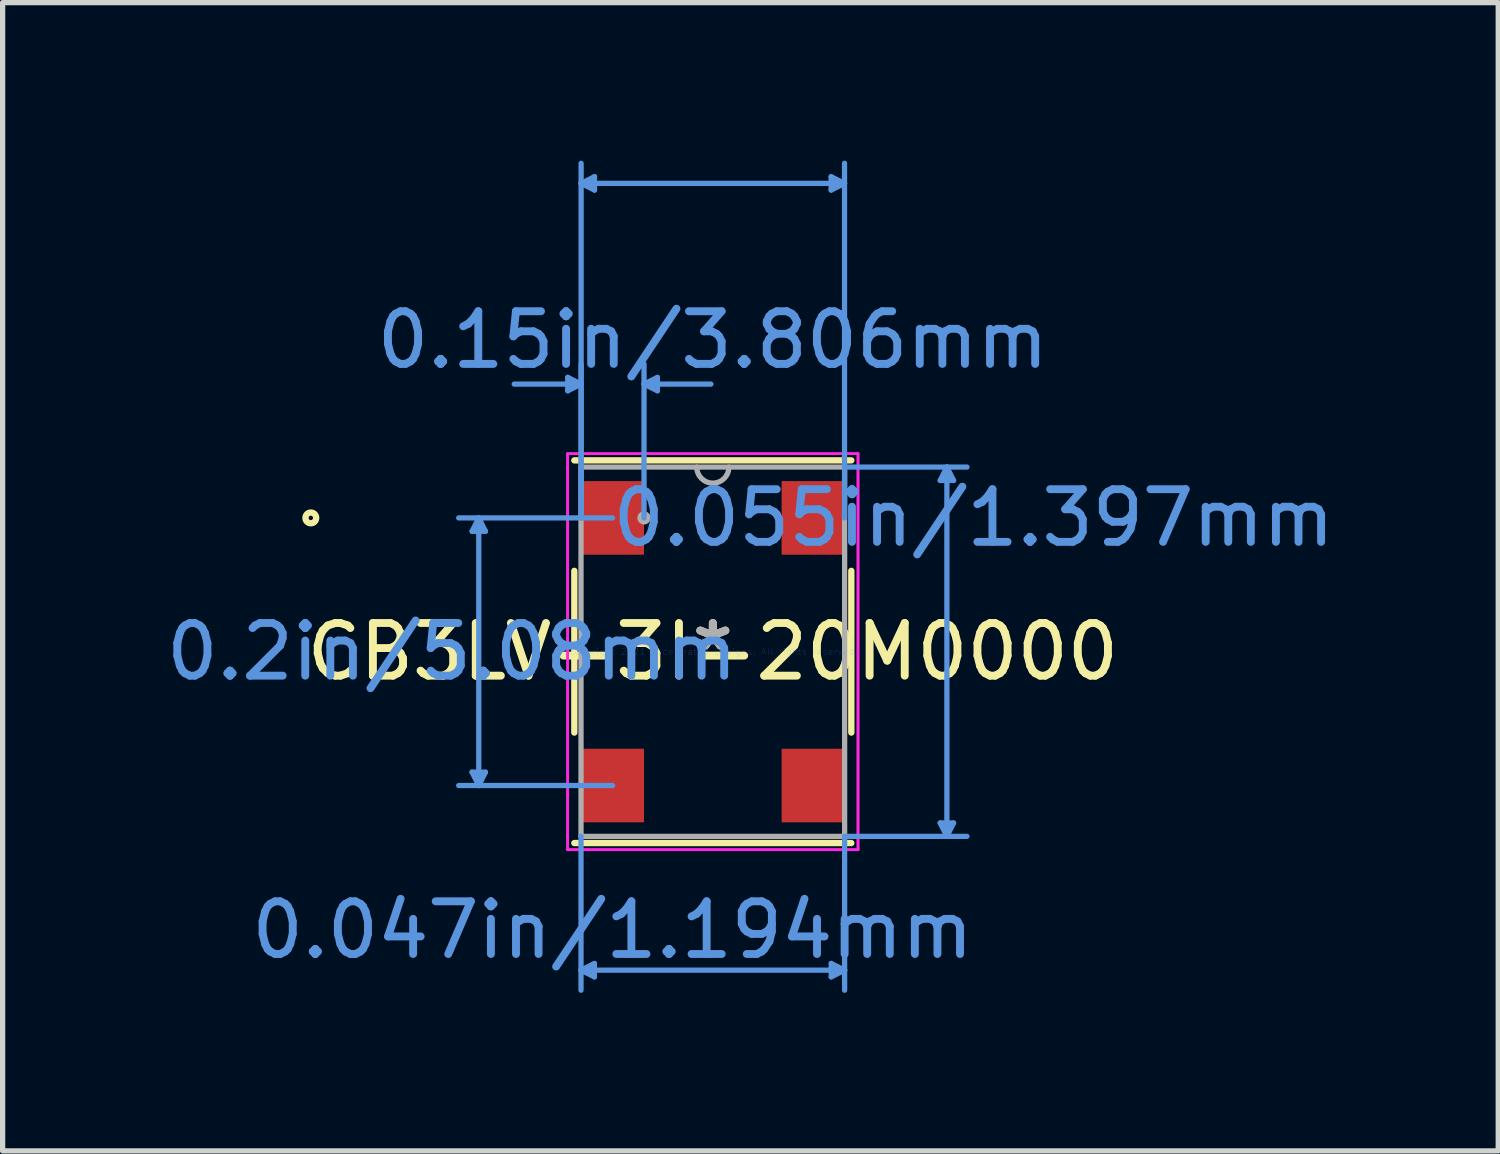
<source format=kicad_pcb>
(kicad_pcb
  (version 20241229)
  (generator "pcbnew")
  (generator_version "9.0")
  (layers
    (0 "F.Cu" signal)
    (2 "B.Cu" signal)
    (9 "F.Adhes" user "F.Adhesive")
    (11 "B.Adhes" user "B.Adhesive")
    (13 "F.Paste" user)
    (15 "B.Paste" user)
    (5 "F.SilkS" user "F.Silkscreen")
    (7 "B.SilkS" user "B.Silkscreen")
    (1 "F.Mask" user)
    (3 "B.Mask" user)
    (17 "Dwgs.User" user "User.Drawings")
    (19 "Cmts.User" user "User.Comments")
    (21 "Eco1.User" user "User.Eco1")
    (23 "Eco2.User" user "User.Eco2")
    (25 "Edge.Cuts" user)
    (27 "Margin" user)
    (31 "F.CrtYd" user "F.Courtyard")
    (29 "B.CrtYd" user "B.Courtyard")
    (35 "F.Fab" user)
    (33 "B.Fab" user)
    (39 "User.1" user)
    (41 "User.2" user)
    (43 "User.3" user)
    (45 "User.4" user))
  (footprint "CB3LV-3I-20M0000"
    (layer "F.Cu")
    (at 10.481 9.321)
    (property "Reference" "CB3LV-3I-20M0000" (at 0 0 0) (layer "F.SilkS") (effects (font (size 1 1) (thickness 0.15))))
    (attr through_hole)
    (fp_line (start -2.629 -1.535) (end -2.629 1.535) (stroke (width 0.12) (type solid)) (layer "F.SilkS"))
    (fp_line (start -2.629 3.632) (end 2.629 3.632) (stroke (width 0.12) (type solid)) (layer "F.SilkS"))
    (fp_line (start 2.629 -3.632) (end -2.629 -3.632) (stroke (width 0.12) (type solid)) (layer "F.SilkS"))
    (fp_line (start 2.629 1.535) (end 2.629 -1.535) (stroke (width 0.12) (type solid)) (layer "F.SilkS"))
    (fp_circle (center -7.631 -2.54) (end -7.529 -2.54) (stroke (width 0.12) (type solid)) (fill no) (layer "F.SilkS"))
    (fp_line (start -4.57 -2.286) (end -4.316 -2.286) (stroke (width 0.1) (type solid)) (layer "Cmts.User"))
    (fp_line (start -4.57 2.286) (end -4.316 2.286) (stroke (width 0.1) (type solid)) (layer "Cmts.User"))
    (fp_line (start -4.443 -2.54) (end -4.57 -2.286) (stroke (width 0.1) (type solid)) (layer "Cmts.User"))
    (fp_line (start -4.443 -2.54) (end -4.443 2.54) (stroke (width 0.1) (type solid)) (layer "Cmts.User"))
    (fp_line (start -4.443 -2.54) (end -4.316 -2.286) (stroke (width 0.1) (type solid)) (layer "Cmts.User"))
    (fp_line (start -4.443 2.54) (end -4.57 2.286) (stroke (width 0.1) (type solid)) (layer "Cmts.User"))
    (fp_line (start -4.443 2.54) (end -4.316 2.286) (stroke (width 0.1) (type solid)) (layer "Cmts.User"))
    (fp_line (start -2.754 -5.207) (end -2.754 -4.953) (stroke (width 0.1) (type solid)) (layer "Cmts.User"))
    (fp_line (start -2.502 3.505) (end -2.502 6.426) (stroke (width 0.1) (type solid)) (layer "Cmts.User"))
    (fp_line (start -2.502 6.045) (end -2.248 5.918) (stroke (width 0.1) (type solid)) (layer "Cmts.User"))
    (fp_line (start -2.502 6.045) (end -2.248 6.172) (stroke (width 0.1) (type solid)) (layer "Cmts.User"))
    (fp_line (start -2.502 6.045) (end 2.502 6.045) (stroke (width 0.1) (type solid)) (layer "Cmts.User"))
    (fp_line (start -2.5 -8.89) (end -2.246 -9.017) (stroke (width 0.1) (type solid)) (layer "Cmts.User"))
    (fp_line (start -2.5 -8.89) (end -2.246 -8.763) (stroke (width 0.1) (type solid)) (layer "Cmts.User"))
    (fp_line (start -2.5 -8.89) (end 2.5 -8.89) (stroke (width 0.1) (type solid)) (layer "Cmts.User"))
    (fp_line (start -2.5 -5.08) (end -3.77 -5.08) (stroke (width 0.1) (type solid)) (layer "Cmts.User"))
    (fp_line (start -2.5 -5.08) (end -2.754 -5.207) (stroke (width 0.1) (type solid)) (layer "Cmts.User"))
    (fp_line (start -2.5 -5.08) (end -2.754 -4.953) (stroke (width 0.1) (type solid)) (layer "Cmts.User"))
    (fp_line (start -2.5 -2.54) (end -2.5 -9.271) (stroke (width 0.1) (type solid)) (layer "Cmts.User"))
    (fp_line (start -2.5 -2.54) (end -2.5 -5.461) (stroke (width 0.1) (type solid)) (layer "Cmts.User"))
    (fp_line (start -2.248 5.918) (end -2.248 6.172) (stroke (width 0.1) (type solid)) (layer "Cmts.User"))
    (fp_line (start -2.246 -9.017) (end -2.246 -8.763) (stroke (width 0.1) (type solid)) (layer "Cmts.User"))
    (fp_line (start -1.903 -2.54) (end -4.824 -2.54) (stroke (width 0.1) (type solid)) (layer "Cmts.User"))
    (fp_line (start -1.903 2.54) (end -4.824 2.54) (stroke (width 0.1) (type solid)) (layer "Cmts.User"))
    (fp_line (start -1.306 -5.08) (end -1.052 -5.207) (stroke (width 0.1) (type solid)) (layer "Cmts.User"))
    (fp_line (start -1.306 -5.08) (end -1.052 -4.953) (stroke (width 0.1) (type solid)) (layer "Cmts.User"))
    (fp_line (start -1.306 -5.08) (end -0.036 -5.08) (stroke (width 0.1) (type solid)) (layer "Cmts.User"))
    (fp_line (start -1.306 -2.54) (end -1.306 -5.461) (stroke (width 0.1) (type solid)) (layer "Cmts.User"))
    (fp_line (start -1.052 -5.207) (end -1.052 -4.953) (stroke (width 0.1) (type solid)) (layer "Cmts.User"))
    (fp_line (start 2.246 -9.017) (end 2.246 -8.763) (stroke (width 0.1) (type solid)) (layer "Cmts.User"))
    (fp_line (start 2.248 5.918) (end 2.248 6.172) (stroke (width 0.1) (type solid)) (layer "Cmts.User"))
    (fp_line (start 2.5 -8.89) (end 2.246 -9.017) (stroke (width 0.1) (type solid)) (layer "Cmts.User"))
    (fp_line (start 2.5 -8.89) (end 2.246 -8.763) (stroke (width 0.1) (type solid)) (layer "Cmts.User"))
    (fp_line (start 2.5 -2.54) (end 2.5 -9.271) (stroke (width 0.1) (type solid)) (layer "Cmts.User"))
    (fp_line (start 2.502 -3.505) (end 4.824 -3.505) (stroke (width 0.1) (type solid)) (layer "Cmts.User"))
    (fp_line (start 2.502 3.505) (end 2.502 6.426) (stroke (width 0.1) (type solid)) (layer "Cmts.User"))
    (fp_line (start 2.502 3.505) (end 4.824 3.505) (stroke (width 0.1) (type solid)) (layer "Cmts.User"))
    (fp_line (start 2.502 6.045) (end 2.248 5.918) (stroke (width 0.1) (type solid)) (layer "Cmts.User"))
    (fp_line (start 2.502 6.045) (end 2.248 6.172) (stroke (width 0.1) (type solid)) (layer "Cmts.User"))
    (fp_line (start 4.316 -3.251) (end 4.57 -3.251) (stroke (width 0.1) (type solid)) (layer "Cmts.User"))
    (fp_line (start 4.316 3.251) (end 4.57 3.251) (stroke (width 0.1) (type solid)) (layer "Cmts.User"))
    (fp_line (start 4.443 -3.505) (end 4.316 -3.251) (stroke (width 0.1) (type solid)) (layer "Cmts.User"))
    (fp_line (start 4.443 -3.505) (end 4.443 3.505) (stroke (width 0.1) (type solid)) (layer "Cmts.User"))
    (fp_line (start 4.443 -3.505) (end 4.57 -3.251) (stroke (width 0.1) (type solid)) (layer "Cmts.User"))
    (fp_line (start 4.443 3.505) (end 4.316 3.251) (stroke (width 0.1) (type solid)) (layer "Cmts.User"))
    (fp_line (start 4.443 3.505) (end 4.57 3.251) (stroke (width 0.1) (type solid)) (layer "Cmts.User"))
    (fp_line (start -2.756 -3.759) (end 2.756 -3.759) (stroke (width 0.05) (type solid)) (layer "F.CrtYd"))
    (fp_line (start -2.756 -3.759) (end 2.756 -3.759) (stroke (width 0.05) (type solid)) (layer "F.CrtYd"))
    (fp_line (start -2.756 -3.493) (end -2.756 -3.759) (stroke (width 0.05) (type solid)) (layer "F.CrtYd"))
    (fp_line (start -2.756 -3.493) (end -2.756 -3.759) (stroke (width 0.05) (type solid)) (layer "F.CrtYd"))
    (fp_line (start -2.756 -3.493) (end -2.756 -3.493) (stroke (width 0.05) (type solid)) (layer "F.CrtYd"))
    (fp_line (start -2.756 -3.493) (end -2.756 -3.493) (stroke (width 0.05) (type solid)) (layer "F.CrtYd"))
    (fp_line (start -2.756 3.493) (end -2.756 -3.493) (stroke (width 0.05) (type solid)) (layer "F.CrtYd"))
    (fp_line (start -2.756 3.493) (end -2.756 -3.493) (stroke (width 0.05) (type solid)) (layer "F.CrtYd"))
    (fp_line (start -2.756 3.493) (end -2.756 3.493) (stroke (width 0.05) (type solid)) (layer "F.CrtYd"))
    (fp_line (start -2.756 3.493) (end -2.756 3.493) (stroke (width 0.05) (type solid)) (layer "F.CrtYd"))
    (fp_line (start -2.756 3.759) (end -2.756 3.493) (stroke (width 0.05) (type solid)) (layer "F.CrtYd"))
    (fp_line (start -2.756 3.759) (end -2.756 3.493) (stroke (width 0.05) (type solid)) (layer "F.CrtYd"))
    (fp_line (start 2.756 -3.759) (end 2.756 -3.493) (stroke (width 0.05) (type solid)) (layer "F.CrtYd"))
    (fp_line (start 2.756 -3.759) (end 2.756 -3.493) (stroke (width 0.05) (type solid)) (layer "F.CrtYd"))
    (fp_line (start 2.756 -3.493) (end 2.756 -3.493) (stroke (width 0.05) (type solid)) (layer "F.CrtYd"))
    (fp_line (start 2.756 -3.493) (end 2.756 -3.493) (stroke (width 0.05) (type solid)) (layer "F.CrtYd"))
    (fp_line (start 2.756 -3.493) (end 2.756 3.493) (stroke (width 0.05) (type solid)) (layer "F.CrtYd"))
    (fp_line (start 2.756 -3.493) (end 2.756 3.493) (stroke (width 0.05) (type solid)) (layer "F.CrtYd"))
    (fp_line (start 2.756 3.493) (end 2.756 3.493) (stroke (width 0.05) (type solid)) (layer "F.CrtYd"))
    (fp_line (start 2.756 3.493) (end 2.756 3.493) (stroke (width 0.05) (type solid)) (layer "F.CrtYd"))
    (fp_line (start 2.756 3.493) (end 2.756 3.759) (stroke (width 0.05) (type solid)) (layer "F.CrtYd"))
    (fp_line (start 2.756 3.493) (end 2.756 3.759) (stroke (width 0.05) (type solid)) (layer "F.CrtYd"))
    (fp_line (start 2.756 3.759) (end -2.756 3.759) (stroke (width 0.05) (type solid)) (layer "F.CrtYd"))
    (fp_line (start 2.756 3.759) (end -2.756 3.759) (stroke (width 0.05) (type solid)) (layer "F.CrtYd"))
    (fp_line (start -2.502 -3.505) (end -2.502 3.505) (stroke (width 0.1) (type solid)) (layer "F.Fab"))
    (fp_line (start -2.502 3.505) (end 2.502 3.505) (stroke (width 0.1) (type solid)) (layer "F.Fab"))
    (fp_line (start 2.502 -3.505) (end -2.502 -3.505) (stroke (width 0.1) (type solid)) (layer "F.Fab"))
    (fp_line (start 2.502 3.505) (end 2.502 -3.505) (stroke (width 0.1) (type solid)) (layer "F.Fab"))
    (fp_arc (start 0.3048 -3.5052) (mid 0 -3.2004) (end -0.3048 -3.5052) (stroke (width 0.1) (type solid)) (layer "F.Fab"))
    (fp_circle (center -1.306 -2.54) (end -1.23 -2.54) (stroke (width 0.1) (type solid)) (fill no) (layer "F.Fab"))
    (fp_text user "*" (at 0 0 0) (layer "F.SilkS") (effects (font (size 1 1) (thickness 0.15))))
    (fp_text user "0.047in/1.194mm" (at -1.903 5.283 0) (layer "Cmts.User") (effects (font (size 1 1) (thickness 0.15))))
    (fp_text user "0.2in/5.08mm" (at -4.951 0 0) (layer "Cmts.User") (effects (font (size 1 1) (thickness 0.15))))
    (fp_text user "0.055in/1.397mm" (at 4.951 -2.54 0) (layer "Cmts.User") (effects (font (size 1 1) (thickness 0.15))))
    (fp_text user "Copyright 2021 Accelerated Designs. All rights reserved." (at 0 0 0) (layer "Cmts.User") (effects (font (size 0.127 0.127) (thickness 0.002))))
    (fp_text user "0.15in/3.806mm" (at 0 -5.918 0) (layer "Cmts.User") (effects (font (size 1 1) (thickness 0.15))))
    (fp_text user "*" (at 0 0 0) (layer "F.Fab") (effects (font (size 1 1) (thickness 0.15))))
    (pad "1" smd rect (at -1.903 -2.54) (size 1.194 1.397) (layers "F.Cu" "F.Mask" "F.Paste"))
    (pad "2" smd rect (at -1.903 2.54) (size 1.194 1.397) (layers "F.Cu" "F.Mask" "F.Paste"))
    (pad "3" smd rect (at 1.903 2.54) (size 1.194 1.397) (layers "F.Cu" "F.Mask" "F.Paste"))
    (pad "4" smd rect (at 1.903 -2.54) (size 1.194 1.397) (layers "F.Cu" "F.Mask" "F.Paste")))
  (gr_rect
    (start -3 -3)
    (end 25.39 18.797)
    (stroke (width 0.1) (type default))
    (fill no)
    (layer "Edge.Cuts")))
</source>
